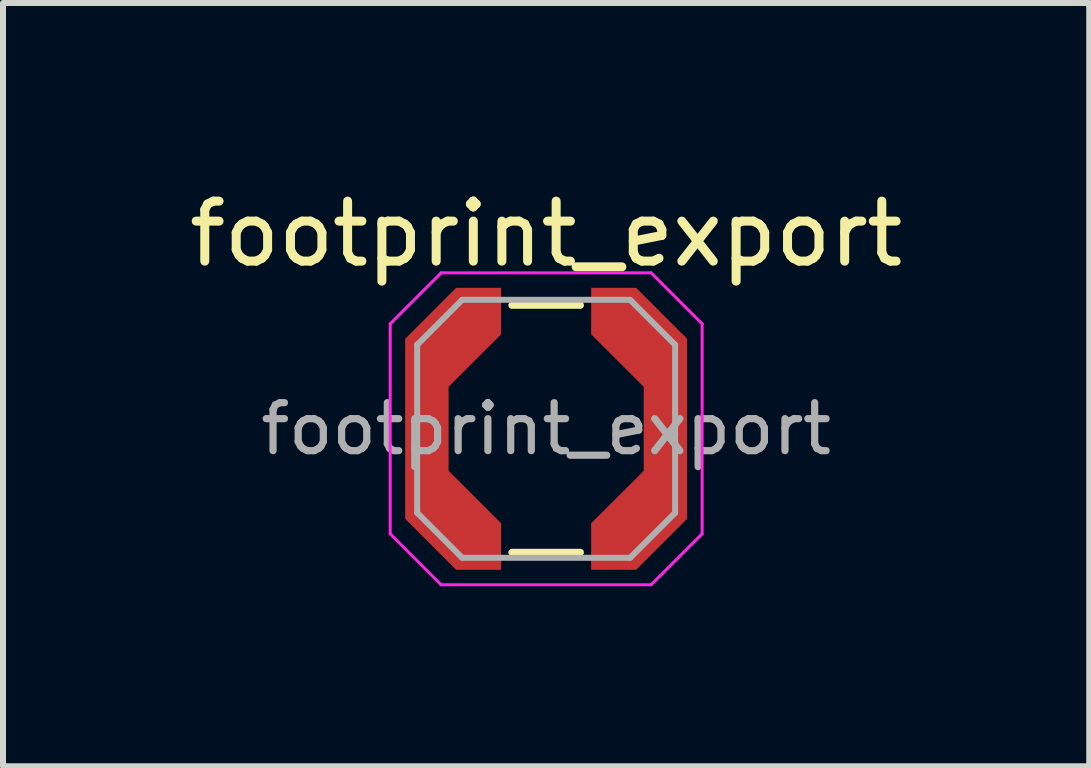
<source format=kicad_pcb>
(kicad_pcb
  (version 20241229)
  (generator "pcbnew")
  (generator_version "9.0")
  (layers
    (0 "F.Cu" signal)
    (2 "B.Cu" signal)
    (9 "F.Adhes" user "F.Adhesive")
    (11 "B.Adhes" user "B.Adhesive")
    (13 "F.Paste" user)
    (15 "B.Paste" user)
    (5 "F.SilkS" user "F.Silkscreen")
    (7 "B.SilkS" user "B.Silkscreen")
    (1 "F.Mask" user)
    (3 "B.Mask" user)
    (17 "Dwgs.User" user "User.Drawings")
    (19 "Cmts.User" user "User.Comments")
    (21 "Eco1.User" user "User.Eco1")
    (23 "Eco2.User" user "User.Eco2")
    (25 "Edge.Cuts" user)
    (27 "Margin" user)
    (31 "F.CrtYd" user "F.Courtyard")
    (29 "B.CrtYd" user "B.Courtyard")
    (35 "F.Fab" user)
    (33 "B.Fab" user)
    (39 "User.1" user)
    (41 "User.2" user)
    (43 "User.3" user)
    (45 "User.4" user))
  (footprint "footprint_export"
    (layer "F.Cu")
    (at 6.054 4.098)
    (property "Reference" "footprint_export" (at 0 -3.25 0) (layer "F.SilkS") (effects (font (size 1 1) (thickness 0.15))))
    (attr smd)
    (fp_line (start -0.57 -2.06) (end 0.57 -2.06) (stroke (width 0.12) (type solid)) (layer "F.SilkS"))
    (fp_line (start -0.57 2.06) (end 0.57 2.06) (stroke (width 0.12) (type solid)) (layer "F.SilkS"))
    (fp_line (start -2.6 -1.75) (end -2.6 1.75) (stroke (width 0.05) (type solid)) (layer "F.CrtYd"))
    (fp_line (start -2.6 1.75) (end -1.75 2.6) (stroke (width 0.05) (type solid)) (layer "F.CrtYd"))
    (fp_line (start -1.75 -2.6) (end -2.6 -1.75) (stroke (width 0.05) (type solid)) (layer "F.CrtYd"))
    (fp_line (start -1.75 -2.6) (end 1.75 -2.6) (stroke (width 0.05) (type solid)) (layer "F.CrtYd"))
    (fp_line (start -1.75 2.6) (end 1.75 2.6) (stroke (width 0.05) (type solid)) (layer "F.CrtYd"))
    (fp_line (start 1.75 -2.6) (end 2.6 -1.75) (stroke (width 0.05) (type solid)) (layer "F.CrtYd"))
    (fp_line (start 1.75 2.6) (end 2.6 1.75) (stroke (width 0.05) (type solid)) (layer "F.CrtYd"))
    (fp_line (start 2.6 -1.75) (end 2.6 1.75) (stroke (width 0.05) (type solid)) (layer "F.CrtYd"))
    (fp_line (start -2.15 -1.4) (end -1.4 -2.15) (stroke (width 0.1) (type solid)) (layer "F.Fab"))
    (fp_line (start -2.15 1.4) (end -2.15 -1.4) (stroke (width 0.1) (type solid)) (layer "F.Fab"))
    (fp_line (start -2.15 1.4) (end -1.4 2.15) (stroke (width 0.1) (type solid)) (layer "F.Fab"))
    (fp_line (start -1.4 -2.15) (end 1.4 -2.15) (stroke (width 0.1) (type solid)) (layer "F.Fab"))
    (fp_line (start 1.4 -2.15) (end 2.15 -1.4) (stroke (width 0.1) (type solid)) (layer "F.Fab"))
    (fp_line (start 1.4 2.15) (end -1.4 2.15) (stroke (width 0.1) (type solid)) (layer "F.Fab"))
    (fp_line (start 1.4 2.15) (end 2.15 1.4) (stroke (width 0.1) (type solid)) (layer "F.Fab"))
    (fp_line (start 2.15 -1.4) (end 2.15 1.4) (stroke (width 0.1) (type solid)) (layer "F.Fab"))
    (fp_text user "${REFERENCE}" (at 0 0 0) (layer "F.Fab") (effects (font (size 0.8 0.8) (thickness 0.12))))
    (pad "1" smd custom (at -1.988 0) (size 0.5 2) (layers "F.Cu" "F.Mask" "F.Paste") (options (anchor rect)) (primitives (gr_poly (pts (xy 0.362 -0.7) (xy 1.238 -1.575) (xy 1.238 -2.35) (xy 0.487 -2.35) (xy -0.362 -1.5) (xy -0.362 1.5) (xy 0.487 2.35) (xy 1.238 2.35) (xy 1.238 1.575) (xy 0.362 0.7)) (width 0) (fill yes))))
    (pad "2" smd custom (at 1.988 0) (size 0.5 2) (layers "F.Cu" "F.Mask" "F.Paste") (options (anchor rect)) (primitives (gr_poly (pts (xy -0.362 -0.7) (xy -1.238 -1.575) (xy -1.238 -2.35) (xy -0.487 -2.35) (xy 0.362 -1.5) (xy 0.362 1.5) (xy -0.487 2.35) (xy -1.238 2.35) (xy -1.238 1.575) (xy -0.362 0.7)) (width 0) (fill yes)))))
  (gr_rect
    (start -3 -3)
    (end 15.107 9.723)
    (stroke (width 0.1) (type default))
    (fill no)
    (layer "Edge.Cuts")))
</source>
